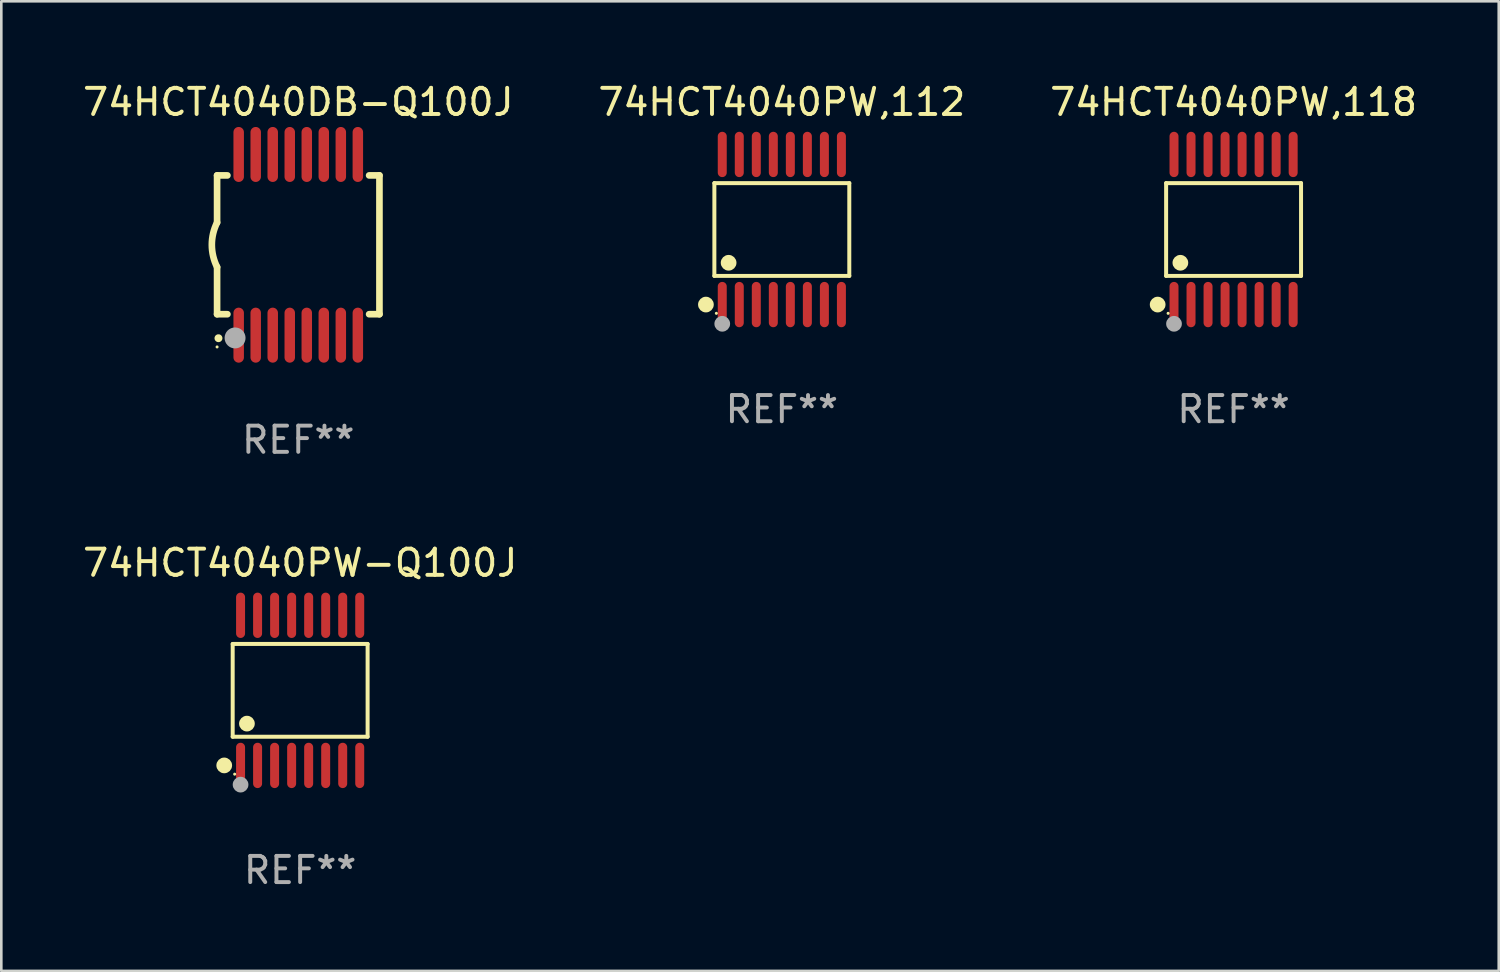
<source format=kicad_pcb>
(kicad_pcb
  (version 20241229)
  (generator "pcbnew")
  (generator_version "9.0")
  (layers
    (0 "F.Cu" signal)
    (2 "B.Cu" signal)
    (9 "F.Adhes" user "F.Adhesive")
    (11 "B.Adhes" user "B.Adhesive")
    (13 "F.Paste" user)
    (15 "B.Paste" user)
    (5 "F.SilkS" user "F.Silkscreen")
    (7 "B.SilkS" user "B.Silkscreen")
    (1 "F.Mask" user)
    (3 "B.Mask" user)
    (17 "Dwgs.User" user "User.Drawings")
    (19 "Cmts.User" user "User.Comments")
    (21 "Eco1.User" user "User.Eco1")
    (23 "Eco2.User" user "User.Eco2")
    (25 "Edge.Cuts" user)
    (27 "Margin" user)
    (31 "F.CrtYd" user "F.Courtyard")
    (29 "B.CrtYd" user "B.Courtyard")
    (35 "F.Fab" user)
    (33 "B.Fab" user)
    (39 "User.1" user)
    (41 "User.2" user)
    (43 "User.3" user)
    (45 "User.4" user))
  (footprint "74HCT4040PW,118"
    (layer "F.Cu")
    (at 44.054 5.714)
    (property "Reference" "74HCT4040PW,118" (at 0 -4.866 0) (layer "F.SilkS") (effects (font (size 1 1) (thickness 0.15))))
    (attr through_hole)
    (fp_line (start -2.576 -1.772) (end 2.576 -1.772) (stroke (width 0.152) (type solid)) (layer "F.SilkS"))
    (fp_line (start -2.576 1.771) (end -2.576 -1.772) (stroke (width 0.152) (type solid)) (layer "F.SilkS"))
    (fp_line (start 2.576 -1.772) (end 2.576 1.771) (stroke (width 0.152) (type solid)) (layer "F.SilkS"))
    (fp_line (start 2.576 1.771) (end -2.576 1.771) (stroke (width 0.152) (type solid)) (layer "F.SilkS"))
    (fp_circle (center -2.899 2.866) (end -2.749 2.866) (stroke (width 0.3) (type solid)) (fill no) (layer "F.SilkS"))
    (fp_circle (center -2.5 3.2) (end -2.47 3.2) (stroke (width 0.06) (type solid)) (fill no) (layer "F.SilkS"))
    (fp_circle (center -2.032 1.27) (end -1.882 1.27) (stroke (width 0.3) (type solid)) (fill no) (layer "F.SilkS"))
    (fp_circle (center -2.275 3.6) (end -2.125 3.6) (stroke (width 0.3) (type solid)) (fill no) (layer "F.Fab"))
    (fp_text user "REF**" (at 0 6.866 0) (layer "F.Fab") (effects (font (size 1 1) (thickness 0.15))))
    (pad "1" smd oval (at -2.275 2.866) (size 0.343 1.731) (layers "F.Cu" "F.Mask" "F.Paste"))
    (pad "2" smd oval (at -1.625 2.866) (size 0.343 1.731) (layers "F.Cu" "F.Mask" "F.Paste"))
    (pad "3" smd oval (at -0.975 2.866) (size 0.343 1.731) (layers "F.Cu" "F.Mask" "F.Paste"))
    (pad "4" smd oval (at -0.325 2.866) (size 0.343 1.731) (layers "F.Cu" "F.Mask" "F.Paste"))
    (pad "5" smd oval (at 0.325 2.866) (size 0.343 1.731) (layers "F.Cu" "F.Mask" "F.Paste"))
    (pad "6" smd oval (at 0.975 2.866) (size 0.343 1.731) (layers "F.Cu" "F.Mask" "F.Paste"))
    (pad "7" smd oval (at 1.625 2.866) (size 0.343 1.731) (layers "F.Cu" "F.Mask" "F.Paste"))
    (pad "8" smd oval (at 2.275 2.866) (size 0.343 1.731) (layers "F.Cu" "F.Mask" "F.Paste"))
    (pad "9" smd oval (at 2.275 -2.866) (size 0.343 1.731) (layers "F.Cu" "F.Mask" "F.Paste"))
    (pad "10" smd oval (at 1.625 -2.866) (size 0.343 1.731) (layers "F.Cu" "F.Mask" "F.Paste"))
    (pad "11" smd oval (at 0.975 -2.866) (size 0.343 1.731) (layers "F.Cu" "F.Mask" "F.Paste"))
    (pad "12" smd oval (at 0.325 -2.866) (size 0.343 1.731) (layers "F.Cu" "F.Mask" "F.Paste"))
    (pad "13" smd oval (at -0.325 -2.866) (size 0.343 1.731) (layers "F.Cu" "F.Mask" "F.Paste"))
    (pad "14" smd oval (at -0.975 -2.866) (size 0.343 1.731) (layers "F.Cu" "F.Mask" "F.Paste"))
    (pad "15" smd oval (at -1.625 -2.866) (size 0.343 1.731) (layers "F.Cu" "F.Mask" "F.Paste"))
    (pad "16" smd oval (at -2.275 -2.866) (size 0.343 1.731) (layers "F.Cu" "F.Mask" "F.Paste")))
  (footprint "74HCT4040PW-Q100J"
    (layer "F.Cu")
    (at 8.411 23.311)
    (property "Reference" "74HCT4040PW-Q100J" (at 0 -4.866 0) (layer "F.SilkS") (effects (font (size 1 1) (thickness 0.15))))
    (attr through_hole)
    (fp_line (start -2.576 -1.772) (end 2.576 -1.772) (stroke (width 0.152) (type solid)) (layer "F.SilkS"))
    (fp_line (start -2.576 1.771) (end -2.576 -1.772) (stroke (width 0.152) (type solid)) (layer "F.SilkS"))
    (fp_line (start 2.576 -1.772) (end 2.576 1.771) (stroke (width 0.152) (type solid)) (layer "F.SilkS"))
    (fp_line (start 2.576 1.771) (end -2.576 1.771) (stroke (width 0.152) (type solid)) (layer "F.SilkS"))
    (fp_circle (center -2.899 2.866) (end -2.749 2.866) (stroke (width 0.3) (type solid)) (fill no) (layer "F.SilkS"))
    (fp_circle (center -2.5 3.2) (end -2.47 3.2) (stroke (width 0.06) (type solid)) (fill no) (layer "F.SilkS"))
    (fp_circle (center -2.032 1.27) (end -1.882 1.27) (stroke (width 0.3) (type solid)) (fill no) (layer "F.SilkS"))
    (fp_circle (center -2.275 3.6) (end -2.125 3.6) (stroke (width 0.3) (type solid)) (fill no) (layer "F.Fab"))
    (fp_text user "REF**" (at 0 6.866 0) (layer "F.Fab") (effects (font (size 1 1) (thickness 0.15))))
    (pad "1" smd oval (at -2.275 2.866) (size 0.343 1.731) (layers "F.Cu" "F.Mask" "F.Paste"))
    (pad "2" smd oval (at -1.625 2.866) (size 0.343 1.731) (layers "F.Cu" "F.Mask" "F.Paste"))
    (pad "3" smd oval (at -0.975 2.866) (size 0.343 1.731) (layers "F.Cu" "F.Mask" "F.Paste"))
    (pad "4" smd oval (at -0.325 2.866) (size 0.343 1.731) (layers "F.Cu" "F.Mask" "F.Paste"))
    (pad "5" smd oval (at 0.325 2.866) (size 0.343 1.731) (layers "F.Cu" "F.Mask" "F.Paste"))
    (pad "6" smd oval (at 0.975 2.866) (size 0.343 1.731) (layers "F.Cu" "F.Mask" "F.Paste"))
    (pad "7" smd oval (at 1.625 2.866) (size 0.343 1.731) (layers "F.Cu" "F.Mask" "F.Paste"))
    (pad "8" smd oval (at 2.275 2.866) (size 0.343 1.731) (layers "F.Cu" "F.Mask" "F.Paste"))
    (pad "9" smd oval (at 2.275 -2.866) (size 0.343 1.731) (layers "F.Cu" "F.Mask" "F.Paste"))
    (pad "10" smd oval (at 1.625 -2.866) (size 0.343 1.731) (layers "F.Cu" "F.Mask" "F.Paste"))
    (pad "11" smd oval (at 0.975 -2.866) (size 0.343 1.731) (layers "F.Cu" "F.Mask" "F.Paste"))
    (pad "12" smd oval (at 0.325 -2.866) (size 0.343 1.731) (layers "F.Cu" "F.Mask" "F.Paste"))
    (pad "13" smd oval (at -0.325 -2.866) (size 0.343 1.731) (layers "F.Cu" "F.Mask" "F.Paste"))
    (pad "14" smd oval (at -0.975 -2.866) (size 0.343 1.731) (layers "F.Cu" "F.Mask" "F.Paste"))
    (pad "15" smd oval (at -1.625 -2.866) (size 0.343 1.731) (layers "F.Cu" "F.Mask" "F.Paste"))
    (pad "16" smd oval (at -2.275 -2.866) (size 0.343 1.731) (layers "F.Cu" "F.Mask" "F.Paste")))
  (footprint "74HCT4040DB-Q100J"
    (layer "F.Cu")
    (at 8.339 6.298)
    (property "Reference" "74HCT4040DB-Q100J" (at 0 -5.45 0) (layer "F.SilkS") (effects (font (size 1 1) (thickness 0.15))))
    (attr through_hole)
    (fp_line (start -3.1 -2.65) (end -3.1 -0.85) (stroke (width 0.254) (type solid)) (layer "F.SilkS"))
    (fp_line (start -3.1 -2.65) (end -2.706 -2.65) (stroke (width 0.254) (type solid)) (layer "F.SilkS"))
    (fp_line (start -3.1 2.65) (end -3.1 0.85) (stroke (width 0.254) (type solid)) (layer "F.SilkS"))
    (fp_line (start -3.1 2.65) (end -2.706 2.65) (stroke (width 0.254) (type solid)) (layer "F.SilkS"))
    (fp_line (start 2.706 -2.65) (end 3.1 -2.65) (stroke (width 0.254) (type solid)) (layer "F.SilkS"))
    (fp_line (start 2.706 2.65) (end 3.1 2.65) (stroke (width 0.254) (type solid)) (layer "F.SilkS"))
    (fp_line (start 3.1 -2.65) (end 3.1 2.65) (stroke (width 0.254) (type solid)) (layer "F.SilkS"))
    (fp_arc (start -3.098907 0.850902) (mid -3.300057 0.000523) (end -3.1 -0.850114) (stroke (width 0.254001) (type solid)) (layer "F.SilkS"))
    (fp_arc (start -3.048006 3.566066) (mid -3.046736 3.566061) (end -3.045466 3.566066) (stroke (width 0.3) (type solid)) (layer "F.SilkS"))
    (fp_circle (center -3.1 3.9) (end -3.07 3.9) (stroke (width 0.06) (type solid)) (fill no) (layer "F.SilkS"))
    (fp_circle (center -2.413 3.556) (end -2.213 3.556) (stroke (width 0.4) (type solid)) (fill no) (layer "F.Fab"))
    (fp_text user "REF**" (at 0 7.45 0) (layer "F.Fab") (effects (font (size 1 1) (thickness 0.15))))
    (pad "1" smd oval (at -2.275 3.45 180) (size 0.4 2.1) (layers "F.Cu" "F.Mask" "F.Paste"))
    (pad "2" smd oval (at -1.625 3.45 180) (size 0.4 2.1) (layers "F.Cu" "F.Mask" "F.Paste"))
    (pad "3" smd oval (at -0.975 3.45 180) (size 0.4 2.1) (layers "F.Cu" "F.Mask" "F.Paste"))
    (pad "4" smd oval (at -0.325 3.45 180) (size 0.4 2.1) (layers "F.Cu" "F.Mask" "F.Paste"))
    (pad "5" smd oval (at 0.325 3.45 180) (size 0.4 2.1) (layers "F.Cu" "F.Mask" "F.Paste"))
    (pad "6" smd oval (at 0.975 3.45 180) (size 0.4 2.1) (layers "F.Cu" "F.Mask" "F.Paste"))
    (pad "7" smd oval (at 1.625 3.45 180) (size 0.4 2.1) (layers "F.Cu" "F.Mask" "F.Paste"))
    (pad "8" smd oval (at 2.275 3.45 180) (size 0.4 2.1) (layers "F.Cu" "F.Mask" "F.Paste"))
    (pad "9" smd oval (at 2.275 -3.45 180) (size 0.4 2.1) (layers "F.Cu" "F.Mask" "F.Paste"))
    (pad "10" smd oval (at 1.625 -3.45 180) (size 0.4 2.1) (layers "F.Cu" "F.Mask" "F.Paste"))
    (pad "11" smd oval (at 0.975 -3.45 180) (size 0.4 2.1) (layers "F.Cu" "F.Mask" "F.Paste"))
    (pad "12" smd oval (at 0.325 -3.45 180) (size 0.4 2.1) (layers "F.Cu" "F.Mask" "F.Paste"))
    (pad "13" smd oval (at -0.325 -3.45 180) (size 0.4 2.1) (layers "F.Cu" "F.Mask" "F.Paste"))
    (pad "14" smd oval (at -0.975 -3.45 180) (size 0.4 2.1) (layers "F.Cu" "F.Mask" "F.Paste"))
    (pad "15" smd oval (at -1.625 -3.45 180) (size 0.4 2.1) (layers "F.Cu" "F.Mask" "F.Paste"))
    (pad "16" smd oval (at -2.275 -3.45 180) (size 0.4 2.1) (layers "F.Cu" "F.Mask" "F.Paste")))
  (footprint "74HCT4040PW,112"
    (layer "F.Cu")
    (at 26.804 5.714)
    (property "Reference" "74HCT4040PW,112" (at 0 -4.866 0) (layer "F.SilkS") (effects (font (size 1 1) (thickness 0.15))))
    (attr through_hole)
    (fp_line (start -2.576 -1.772) (end 2.576 -1.772) (stroke (width 0.152) (type solid)) (layer "F.SilkS"))
    (fp_line (start -2.576 1.771) (end -2.576 -1.772) (stroke (width 0.152) (type solid)) (layer "F.SilkS"))
    (fp_line (start 2.576 -1.772) (end 2.576 1.771) (stroke (width 0.152) (type solid)) (layer "F.SilkS"))
    (fp_line (start 2.576 1.771) (end -2.576 1.771) (stroke (width 0.152) (type solid)) (layer "F.SilkS"))
    (fp_circle (center -2.899 2.866) (end -2.749 2.866) (stroke (width 0.3) (type solid)) (fill no) (layer "F.SilkS"))
    (fp_circle (center -2.5 3.2) (end -2.47 3.2) (stroke (width 0.06) (type solid)) (fill no) (layer "F.SilkS"))
    (fp_circle (center -2.032 1.27) (end -1.882 1.27) (stroke (width 0.3) (type solid)) (fill no) (layer "F.SilkS"))
    (fp_circle (center -2.275 3.6) (end -2.125 3.6) (stroke (width 0.3) (type solid)) (fill no) (layer "F.Fab"))
    (fp_text user "REF**" (at 0 6.866 0) (layer "F.Fab") (effects (font (size 1 1) (thickness 0.15))))
    (pad "1" smd oval (at -2.275 2.866) (size 0.343 1.731) (layers "F.Cu" "F.Mask" "F.Paste"))
    (pad "2" smd oval (at -1.625 2.866) (size 0.343 1.731) (layers "F.Cu" "F.Mask" "F.Paste"))
    (pad "3" smd oval (at -0.975 2.866) (size 0.343 1.731) (layers "F.Cu" "F.Mask" "F.Paste"))
    (pad "4" smd oval (at -0.325 2.866) (size 0.343 1.731) (layers "F.Cu" "F.Mask" "F.Paste"))
    (pad "5" smd oval (at 0.325 2.866) (size 0.343 1.731) (layers "F.Cu" "F.Mask" "F.Paste"))
    (pad "6" smd oval (at 0.975 2.866) (size 0.343 1.731) (layers "F.Cu" "F.Mask" "F.Paste"))
    (pad "7" smd oval (at 1.625 2.866) (size 0.343 1.731) (layers "F.Cu" "F.Mask" "F.Paste"))
    (pad "8" smd oval (at 2.275 2.866) (size 0.343 1.731) (layers "F.Cu" "F.Mask" "F.Paste"))
    (pad "9" smd oval (at 2.275 -2.866) (size 0.343 1.731) (layers "F.Cu" "F.Mask" "F.Paste"))
    (pad "10" smd oval (at 1.625 -2.866) (size 0.343 1.731) (layers "F.Cu" "F.Mask" "F.Paste"))
    (pad "11" smd oval (at 0.975 -2.866) (size 0.343 1.731) (layers "F.Cu" "F.Mask" "F.Paste"))
    (pad "12" smd oval (at 0.325 -2.866) (size 0.343 1.731) (layers "F.Cu" "F.Mask" "F.Paste"))
    (pad "13" smd oval (at -0.325 -2.866) (size 0.343 1.731) (layers "F.Cu" "F.Mask" "F.Paste"))
    (pad "14" smd oval (at -0.975 -2.866) (size 0.343 1.731) (layers "F.Cu" "F.Mask" "F.Paste"))
    (pad "15" smd oval (at -1.625 -2.866) (size 0.343 1.731) (layers "F.Cu" "F.Mask" "F.Paste"))
    (pad "16" smd oval (at -2.275 -2.866) (size 0.343 1.731) (layers "F.Cu" "F.Mask" "F.Paste")))
  (gr_rect
    (start -3 -3)
    (end 54.179 34.025)
    (stroke (width 0.1) (type default))
    (fill no)
    (layer "Edge.Cuts")))
</source>
